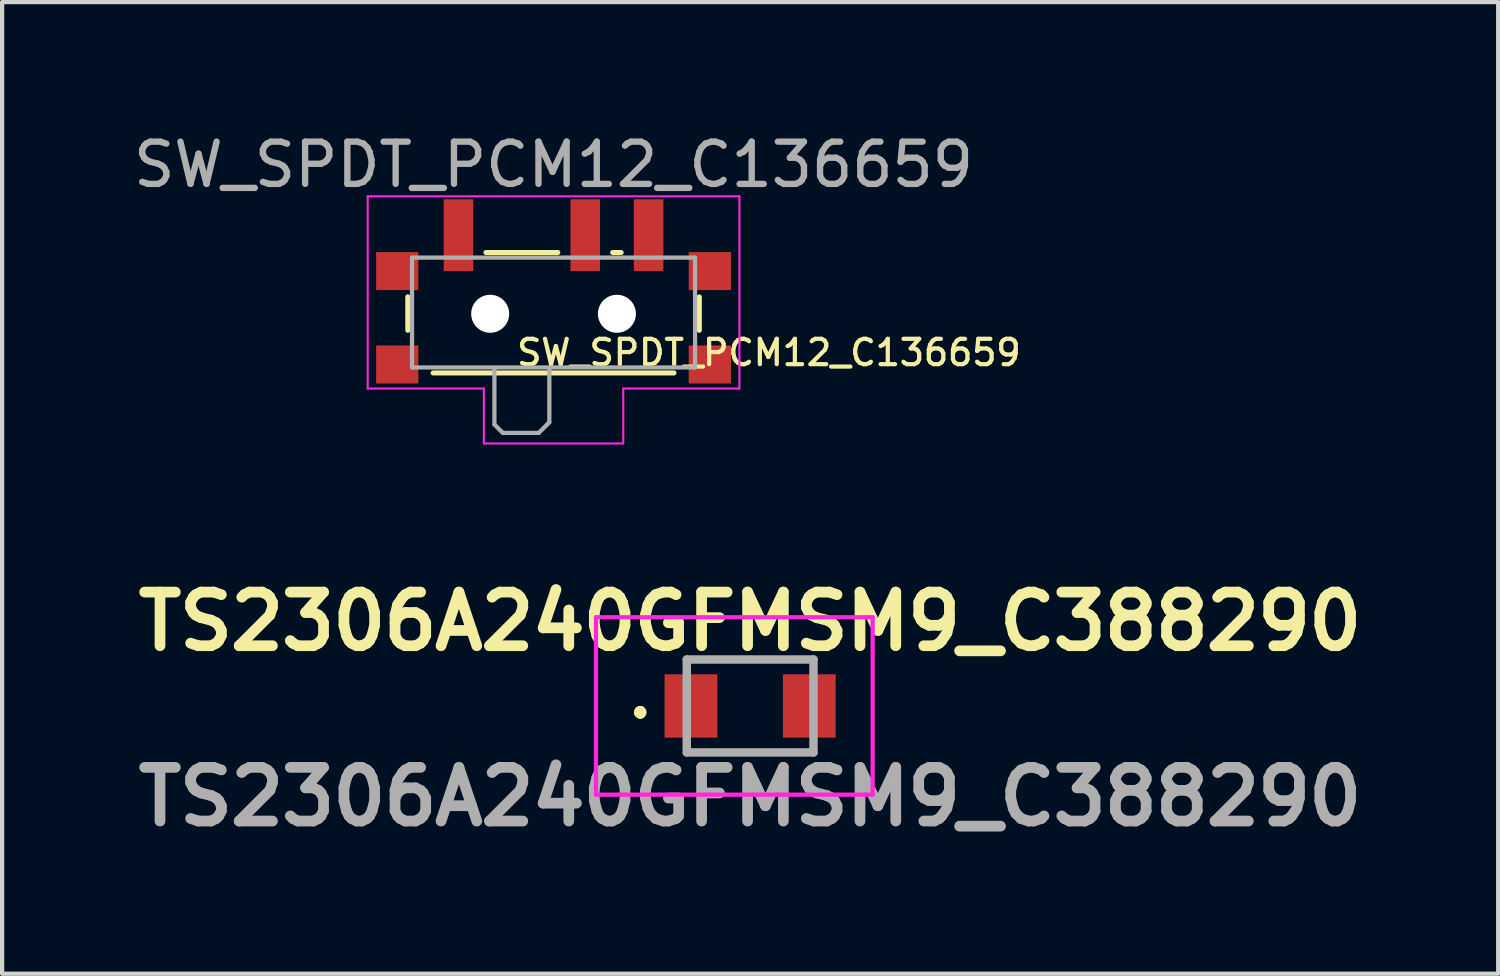
<source format=kicad_pcb>
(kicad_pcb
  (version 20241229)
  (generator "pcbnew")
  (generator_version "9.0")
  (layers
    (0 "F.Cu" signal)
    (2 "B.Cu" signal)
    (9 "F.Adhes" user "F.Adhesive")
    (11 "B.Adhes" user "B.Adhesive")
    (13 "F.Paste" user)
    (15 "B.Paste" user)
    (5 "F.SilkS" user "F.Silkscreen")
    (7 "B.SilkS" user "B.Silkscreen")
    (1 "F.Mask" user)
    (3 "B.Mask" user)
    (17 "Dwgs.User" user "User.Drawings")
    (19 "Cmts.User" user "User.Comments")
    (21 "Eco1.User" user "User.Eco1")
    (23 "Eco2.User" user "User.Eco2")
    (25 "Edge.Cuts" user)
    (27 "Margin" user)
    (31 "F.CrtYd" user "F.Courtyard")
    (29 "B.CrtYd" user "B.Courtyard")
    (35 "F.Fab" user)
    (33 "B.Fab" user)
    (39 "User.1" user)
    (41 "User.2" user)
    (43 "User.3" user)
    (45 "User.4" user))
  (footprint "TS2306A240GFMSM9_C388290"
    (layer "F.Cu")
    (at 14.708 13.662)
    (property "Reference" "TS2306A240GFMSM9_C388290" (at 0 -2 0) (layer "F.SilkS") (effects (font (size 1.27 1.27) (thickness 0.254))))
    (attr smd)
    (fp_line (start -2.6 0.1) (end -2.6 0.1) (stroke (width 0.2) (type solid)) (layer "F.SilkS"))
    (fp_line (start -2.6 0.1) (end -2.6 0.1) (stroke (width 0.2) (type solid)) (layer "F.SilkS"))
    (fp_line (start -2.6 0.2) (end -2.6 0.2) (stroke (width 0.2) (type solid)) (layer "F.SilkS"))
    (fp_line (start -1.25 -1.1) (end -1.25 -1.1) (stroke (width 0.1) (type solid)) (layer "F.SilkS"))
    (fp_line (start -1.25 -1.1) (end 1.25 -1.1) (stroke (width 0.1) (type solid)) (layer "F.SilkS"))
    (fp_line (start -1.25 1.1) (end -1.25 1.1) (stroke (width 0.1) (type solid)) (layer "F.SilkS"))
    (fp_line (start -1.25 1.1) (end 1.25 1.1) (stroke (width 0.1) (type solid)) (layer "F.SilkS"))
    (fp_line (start 1.25 -1.1) (end -1.25 -1.1) (stroke (width 0.1) (type solid)) (layer "F.SilkS"))
    (fp_line (start 1.25 -1.1) (end 1.25 -1.1) (stroke (width 0.1) (type solid)) (layer "F.SilkS"))
    (fp_line (start 1.25 1.1) (end -1.25 1.1) (stroke (width 0.1) (type solid)) (layer "F.SilkS"))
    (fp_line (start 1.25 1.1) (end 1.25 1.1) (stroke (width 0.1) (type solid)) (layer "F.SilkS"))
    (fp_arc (start -2.6 0.1) (mid -2.55 0.15) (end -2.6 0.2) (stroke (width 0.2) (type solid)) (layer "F.SilkS"))
    (fp_arc (start -2.6 0.2) (mid -2.65 0.15) (end -2.6 0.1) (stroke (width 0.2) (type solid)) (layer "F.SilkS"))
    (fp_arc (start -2.6 0.2) (mid -2.65 0.15) (end -2.6 0.1) (stroke (width 0.2) (type solid)) (layer "F.SilkS"))
    (fp_line (start -3.65 -2.1) (end 2.9 -2.1) (stroke (width 0.1) (type solid)) (layer "F.CrtYd"))
    (fp_line (start -3.65 2.1) (end -3.65 -2.1) (stroke (width 0.1) (type solid)) (layer "F.CrtYd"))
    (fp_line (start 2.9 -2.1) (end 2.9 2.1) (stroke (width 0.1) (type solid)) (layer "F.CrtYd"))
    (fp_line (start 2.9 2.1) (end -3.65 2.1) (stroke (width 0.1) (type solid)) (layer "F.CrtYd"))
    (fp_line (start -1.5 -1.1) (end -1.5 1.1) (stroke (width 0.2) (type solid)) (layer "F.Fab"))
    (fp_line (start -1.5 1.1) (end 1.5 1.1) (stroke (width 0.2) (type solid)) (layer "F.Fab"))
    (fp_line (start 1.5 -1.1) (end -1.5 -1.1) (stroke (width 0.2) (type solid)) (layer "F.Fab"))
    (fp_line (start 1.5 1.1) (end 1.5 -1.1) (stroke (width 0.2) (type solid)) (layer "F.Fab"))
    (fp_text user "${REFERENCE}" (at 0 2.15 0) (layer "F.Fab") (effects (font (size 1.27 1.27) (thickness 0.254))))
    (pad "1" smd rect (at -1.4 0) (size 1.25 1.5) (layers "F.Cu" "F.Mask" "F.Paste"))
    (pad "2" smd rect (at 1.4 0) (size 1.25 1.5) (layers "F.Cu" "F.Mask" "F.Paste")))
  (footprint "SW_SPDT_PCM12_C136659"
    (layer "F.Cu")
    (at 10.054 4.348)
    (property "Reference" "SW_SPDT_PCM12_C136659" (at -0.925 0.95 0) (unlocked yes) (layer "F.SilkS") (effects (font (size 0.6 0.6) (thickness 0.1)) (justify left)))
    (attr smd)
    (fp_line (start -3.45 -0.37) (end -3.45 0.42) (stroke (width 0.12) (type solid)) (layer "F.SilkS"))
    (fp_line (start -2.85 1.43) (end 2.85 1.43) (stroke (width 0.12) (type solid)) (layer "F.SilkS"))
    (fp_line (start -1.6 -1.42) (end 0.1 -1.42) (stroke (width 0.12) (type solid)) (layer "F.SilkS"))
    (fp_line (start 1.4 -1.42) (end 1.6 -1.42) (stroke (width 0.12) (type solid)) (layer "F.SilkS"))
    (fp_line (start 3.45 0.42) (end 3.45 -0.37) (stroke (width 0.12) (type solid)) (layer "F.SilkS"))
    (fp_line (start -4.4 -2.75) (end 4.4 -2.75) (stroke (width 0.05) (type solid)) (layer "F.CrtYd"))
    (fp_line (start -4.4 1.8) (end -4.4 -2.75) (stroke (width 0.05) (type solid)) (layer "F.CrtYd"))
    (fp_line (start -1.65 1.8) (end -4.4 1.8) (stroke (width 0.05) (type solid)) (layer "F.CrtYd"))
    (fp_line (start -1.65 3.1) (end -1.65 1.8) (stroke (width 0.05) (type solid)) (layer "F.CrtYd"))
    (fp_line (start 1.65 1.8) (end 1.65 3.1) (stroke (width 0.05) (type solid)) (layer "F.CrtYd"))
    (fp_line (start 1.65 3.1) (end -1.65 3.1) (stroke (width 0.05) (type solid)) (layer "F.CrtYd"))
    (fp_line (start 4.4 -2.75) (end 4.4 1.8) (stroke (width 0.05) (type solid)) (layer "F.CrtYd"))
    (fp_line (start 4.4 1.8) (end 1.65 1.8) (stroke (width 0.05) (type solid)) (layer "F.CrtYd"))
    (fp_line (start -3.35 -1.3) (end -3.35 1.3) (stroke (width 0.1) (type solid)) (layer "F.Fab"))
    (fp_line (start -3.35 1.3) (end 3.35 1.3) (stroke (width 0.1) (type solid)) (layer "F.Fab"))
    (fp_line (start -1.4 1.35) (end -1.4 2.65) (stroke (width 0.1) (type solid)) (layer "F.Fab"))
    (fp_line (start -1.4 2.65) (end -1.2 2.85) (stroke (width 0.1) (type solid)) (layer "F.Fab"))
    (fp_line (start -1.2 2.85) (end -0.35 2.85) (stroke (width 0.1) (type solid)) (layer "F.Fab"))
    (fp_line (start -0.35 2.85) (end -0.15 2.65) (stroke (width 0.1) (type solid)) (layer "F.Fab"))
    (fp_line (start -0.15 2.65) (end -0.1 2.6) (stroke (width 0.1) (type solid)) (layer "F.Fab"))
    (fp_line (start -0.1 2.6) (end -0.1 1.3) (stroke (width 0.1) (type solid)) (layer "F.Fab"))
    (fp_line (start 3.35 -1.3) (end -3.35 -1.3) (stroke (width 0.1) (type solid)) (layer "F.Fab"))
    (fp_line (start 3.35 1.3) (end 3.35 -1.3) (stroke (width 0.1) (type solid)) (layer "F.Fab"))
    (fp_text user "${REFERENCE}" (at 0 -3.5 0) (layer "F.Fab") (effects (font (size 1 1) (thickness 0.15))))
    (pad "" smd rect (at -3.7 -0.98) (size 1 0.9) (layers "F.Cu" "F.Mask" "F.Paste"))
    (pad "" smd rect (at -3.7 1.23) (size 1 0.9) (layers "F.Cu" "F.Mask" "F.Paste"))
    (pad "" np_thru_hole circle (at -1.5 0.03) (size 0.9 0.9) (drill 0.9) (layers "*.Cu" "*.Mask"))
    (pad "" np_thru_hole circle (at 1.5 0.03) (size 0.9 0.9) (drill 0.9) (layers "*.Cu" "*.Mask"))
    (pad "" smd rect (at 3.7 -0.98) (size 1 0.9) (layers "F.Cu" "F.Mask" "F.Paste"))
    (pad "" smd rect (at 3.7 1.23) (size 1 0.9) (layers "F.Cu" "F.Mask" "F.Paste"))
    (pad "1" smd rect (at -2.25 -1.83) (size 0.7 1.7) (layers "F.Cu" "F.Mask" "F.Paste"))
    (pad "2" smd rect (at 0.75 -1.83) (size 0.7 1.7) (layers "F.Cu" "F.Mask" "F.Paste"))
    (pad "3" smd rect (at 2.25 -1.83) (size 0.7 1.7) (layers "F.Cu" "F.Mask" "F.Paste")))
  (gr_rect
    (start -3 -3)
    (end 32.416 20.001)
    (stroke (width 0.1) (type default))
    (fill no)
    (layer "Edge.Cuts")))
</source>
